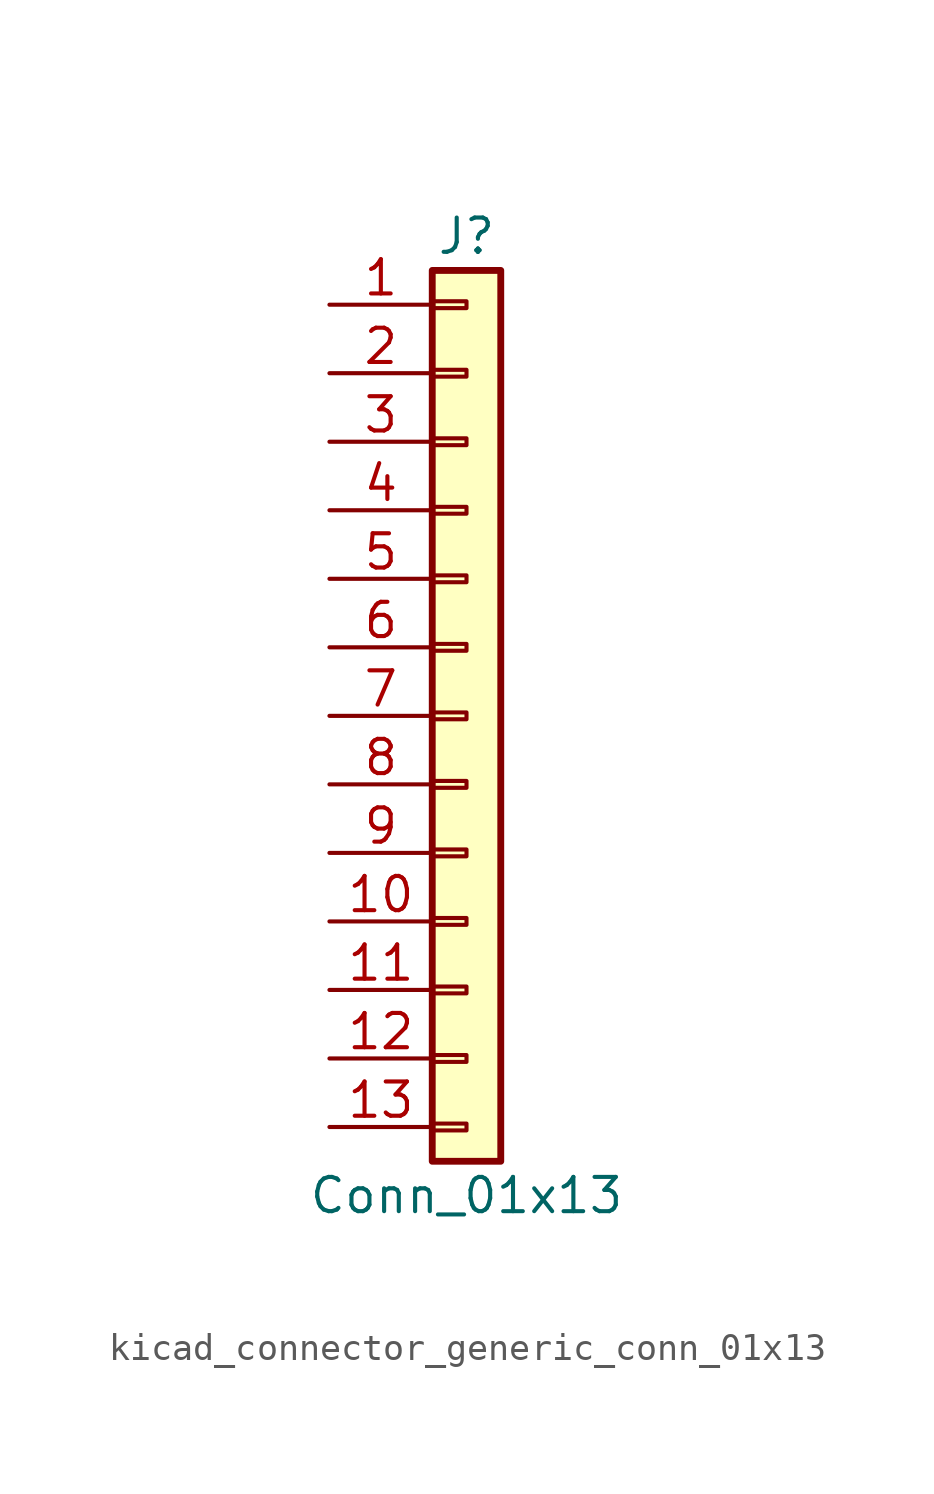
<source format=kicad_sym>
(kicad_symbol_lib
  (version 20220914)
  (generator kicad_symbol_editor)
  (symbol "kicad_connector_generic_conn_01x13"
    (pin_names
      (offset 1.016) hide)
    (property "Reference" "J"
      (at 0 17.78 0)
      (effects (font (size 1.27 1.27))))
    (property "Value" "Conn_01x13"
      (at 0 -17.78 0)
      (effects (font (size 1.27 1.27))))
    (symbol "kicad_connector_generic_conn_01x13_1_1"
      (rectangle (start -1.27 -15.113) (end 0 -15.367) (stroke (width 0.152) (type default)) (fill (type none)))
      (rectangle (start -1.27 -12.573) (end 0 -12.827) (stroke (width 0.152) (type default)) (fill (type none)))
      (rectangle (start -1.27 -10.033) (end 0 -10.287) (stroke (width 0.152) (type default)) (fill (type none)))
      (rectangle (start -1.27 -7.493) (end 0 -7.747) (stroke (width 0.152) (type default)) (fill (type none)))
      (rectangle (start -1.27 -4.953) (end 0 -5.207) (stroke (width 0.152) (type default)) (fill (type none)))
      (rectangle (start -1.27 -2.413) (end 0 -2.667) (stroke (width 0.152) (type default)) (fill (type none)))
      (rectangle (start -1.27 0.127) (end 0 -0.127) (stroke (width 0.152) (type default)) (fill (type none)))
      (rectangle (start -1.27 2.667) (end 0 2.413) (stroke (width 0.152) (type default)) (fill (type none)))
      (rectangle (start -1.27 5.207) (end 0 4.953) (stroke (width 0.152) (type default)) (fill (type none)))
      (rectangle (start -1.27 7.747) (end 0 7.493) (stroke (width 0.152) (type default)) (fill (type none)))
      (rectangle (start -1.27 10.287) (end 0 10.033) (stroke (width 0.152) (type default)) (fill (type none)))
      (rectangle (start -1.27 12.827) (end 0 12.573) (stroke (width 0.152) (type default)) (fill (type none)))
      (rectangle (start -1.27 15.367) (end 0 15.113) (stroke (width 0.152) (type default)) (fill (type none)))
      (rectangle (start -1.27 16.51) (end 1.27 -16.51) (stroke (width 0.254) (type default)) (fill (type background)))
      (pin passive line (at -5.08 15.24 0) (length 3.81) (name "Pin_1" (effects (font (size 1.27 1.27)))) (number "1" (effects (font (size 1.27 1.27)))))
      (pin passive line (at -5.08 -7.62 0) (length 3.81) (name "Pin_10" (effects (font (size 1.27 1.27)))) (number "10" (effects (font (size 1.27 1.27)))))
      (pin passive line (at -5.08 -10.16 0) (length 3.81) (name "Pin_11" (effects (font (size 1.27 1.27)))) (number "11" (effects (font (size 1.27 1.27)))))
      (pin passive line (at -5.08 -12.7 0) (length 3.81) (name "Pin_12" (effects (font (size 1.27 1.27)))) (number "12" (effects (font (size 1.27 1.27)))))
      (pin passive line (at -5.08 -15.24 0) (length 3.81) (name "Pin_13" (effects (font (size 1.27 1.27)))) (number "13" (effects (font (size 1.27 1.27)))))
      (pin passive line (at -5.08 12.7 0) (length 3.81) (name "Pin_2" (effects (font (size 1.27 1.27)))) (number "2" (effects (font (size 1.27 1.27)))))
      (pin passive line (at -5.08 10.16 0) (length 3.81) (name "Pin_3" (effects (font (size 1.27 1.27)))) (number "3" (effects (font (size 1.27 1.27)))))
      (pin passive line (at -5.08 7.62 0) (length 3.81) (name "Pin_4" (effects (font (size 1.27 1.27)))) (number "4" (effects (font (size 1.27 1.27)))))
      (pin passive line (at -5.08 5.08 0) (length 3.81) (name "Pin_5" (effects (font (size 1.27 1.27)))) (number "5" (effects (font (size 1.27 1.27)))))
      (pin passive line (at -5.08 2.54 0) (length 3.81) (name "Pin_6" (effects (font (size 1.27 1.27)))) (number "6" (effects (font (size 1.27 1.27)))))
      (pin passive line (at -5.08 0 0) (length 3.81) (name "Pin_7" (effects (font (size 1.27 1.27)))) (number "7" (effects (font (size 1.27 1.27)))))
      (pin passive line (at -5.08 -2.54 0) (length 3.81) (name "Pin_8" (effects (font (size 1.27 1.27)))) (number "8" (effects (font (size 1.27 1.27)))))
      (pin passive line (at -5.08 -5.08 0) (length 3.81) (name "Pin_9" (effects (font (size 1.27 1.27)))) (number "9" (effects (font (size 1.27 1.27))))))))
</source>
